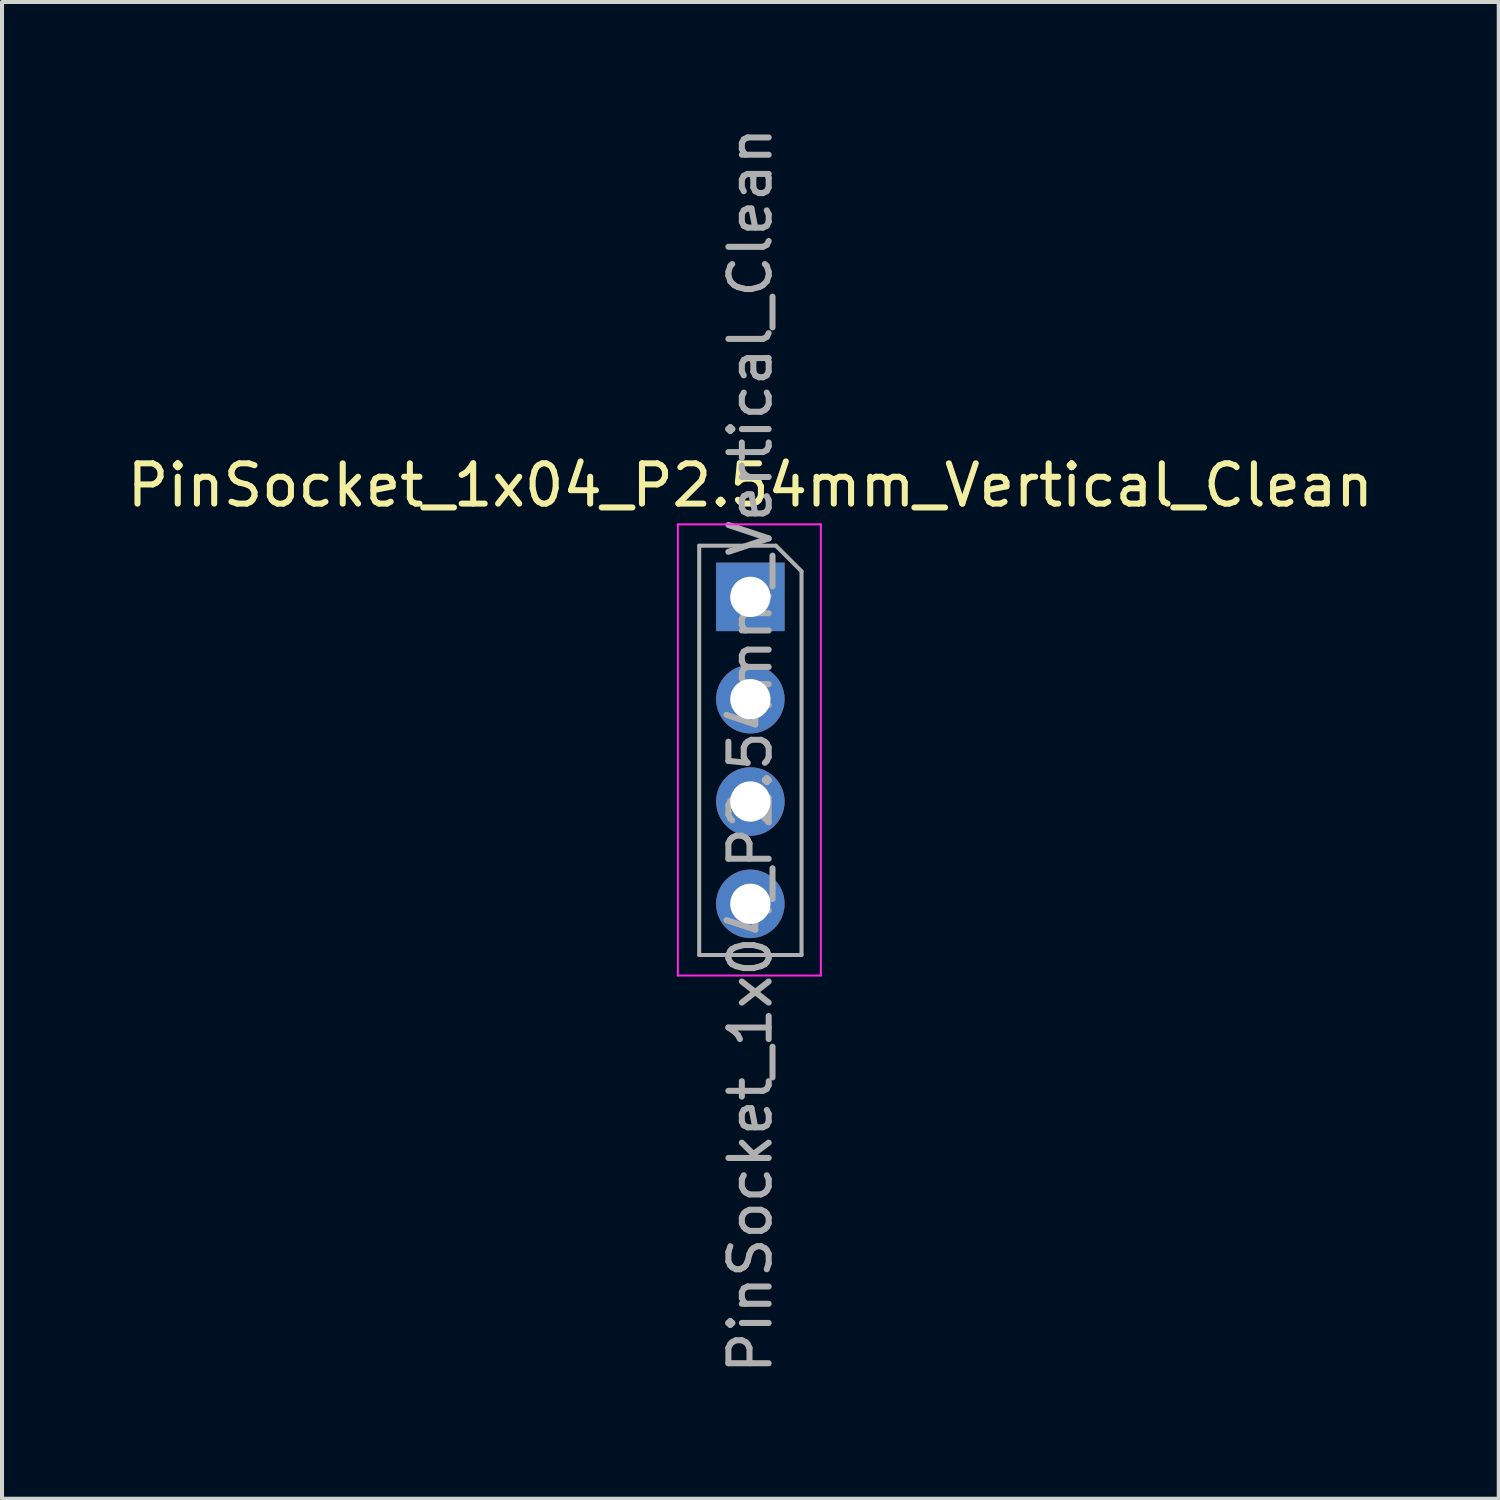
<source format=kicad_pcb>
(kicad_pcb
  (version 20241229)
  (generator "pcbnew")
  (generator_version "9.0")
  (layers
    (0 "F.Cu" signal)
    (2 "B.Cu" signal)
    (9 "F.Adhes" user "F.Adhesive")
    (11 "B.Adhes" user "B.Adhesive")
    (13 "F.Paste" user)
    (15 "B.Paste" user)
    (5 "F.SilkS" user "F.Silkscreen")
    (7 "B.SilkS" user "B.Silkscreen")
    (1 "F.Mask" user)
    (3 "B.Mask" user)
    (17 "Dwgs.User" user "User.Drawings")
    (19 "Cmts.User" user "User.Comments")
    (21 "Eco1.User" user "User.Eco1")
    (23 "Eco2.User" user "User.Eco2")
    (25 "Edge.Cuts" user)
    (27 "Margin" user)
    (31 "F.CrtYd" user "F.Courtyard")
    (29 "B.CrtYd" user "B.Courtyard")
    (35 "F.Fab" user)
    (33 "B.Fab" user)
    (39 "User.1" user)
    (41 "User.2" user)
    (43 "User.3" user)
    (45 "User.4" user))
  (footprint "PinSocket_1x04_P2.54mm_Vertical_Clean"
    (layer "F.Cu")
    (at 15.577 11.767)
    (property "Reference" "PinSocket_1x04_P2.54mm_Vertical_Clean" (at 0 -2.77 0) (layer "F.SilkS") (effects (font (size 1 1) (thickness 0.15))))
    (attr through_hole)
    (fp_line (start -1.8 -1.8) (end 1.75 -1.8) (stroke (width 0.05) (type solid)) (layer "F.CrtYd"))
    (fp_line (start -1.8 9.4) (end -1.8 -1.8) (stroke (width 0.05) (type solid)) (layer "F.CrtYd"))
    (fp_line (start 1.75 -1.8) (end 1.75 9.4) (stroke (width 0.05) (type solid)) (layer "F.CrtYd"))
    (fp_line (start 1.75 9.4) (end -1.8 9.4) (stroke (width 0.05) (type solid)) (layer "F.CrtYd"))
    (fp_line (start -1.27 -1.27) (end 0.635 -1.27) (stroke (width 0.1) (type solid)) (layer "F.Fab"))
    (fp_line (start -1.27 8.89) (end -1.27 -1.27) (stroke (width 0.1) (type solid)) (layer "F.Fab"))
    (fp_line (start 0.635 -1.27) (end 1.27 -0.635) (stroke (width 0.1) (type solid)) (layer "F.Fab"))
    (fp_line (start 1.27 -0.635) (end 1.27 8.89) (stroke (width 0.1) (type solid)) (layer "F.Fab"))
    (fp_line (start 1.27 8.89) (end -1.27 8.89) (stroke (width 0.1) (type solid)) (layer "F.Fab"))
    (fp_text user "${REFERENCE}" (at 0 3.81 90) (layer "F.Fab") (effects (font (size 1 1) (thickness 0.15))))
    (pad "1" thru_hole rect (at 0 0) (size 1.7 1.7) (drill 1) (layers "*.Cu" "*.Mask"))
    (pad "2" thru_hole oval (at 0 2.54) (size 1.7 1.7) (drill 1) (layers "*.Cu" "*.Mask"))
    (pad "3" thru_hole oval (at 0 5.08) (size 1.7 1.7) (drill 1) (layers "*.Cu" "*.Mask"))
    (pad "4" thru_hole oval (at 0 7.62) (size 1.7 1.7) (drill 1) (layers "*.Cu" "*.Mask")))
  (gr_rect
    (start -3 -3)
    (end 34.155 34.155)
    (stroke (width 0.1) (type default))
    (fill no)
    (layer "Edge.Cuts")))
</source>
